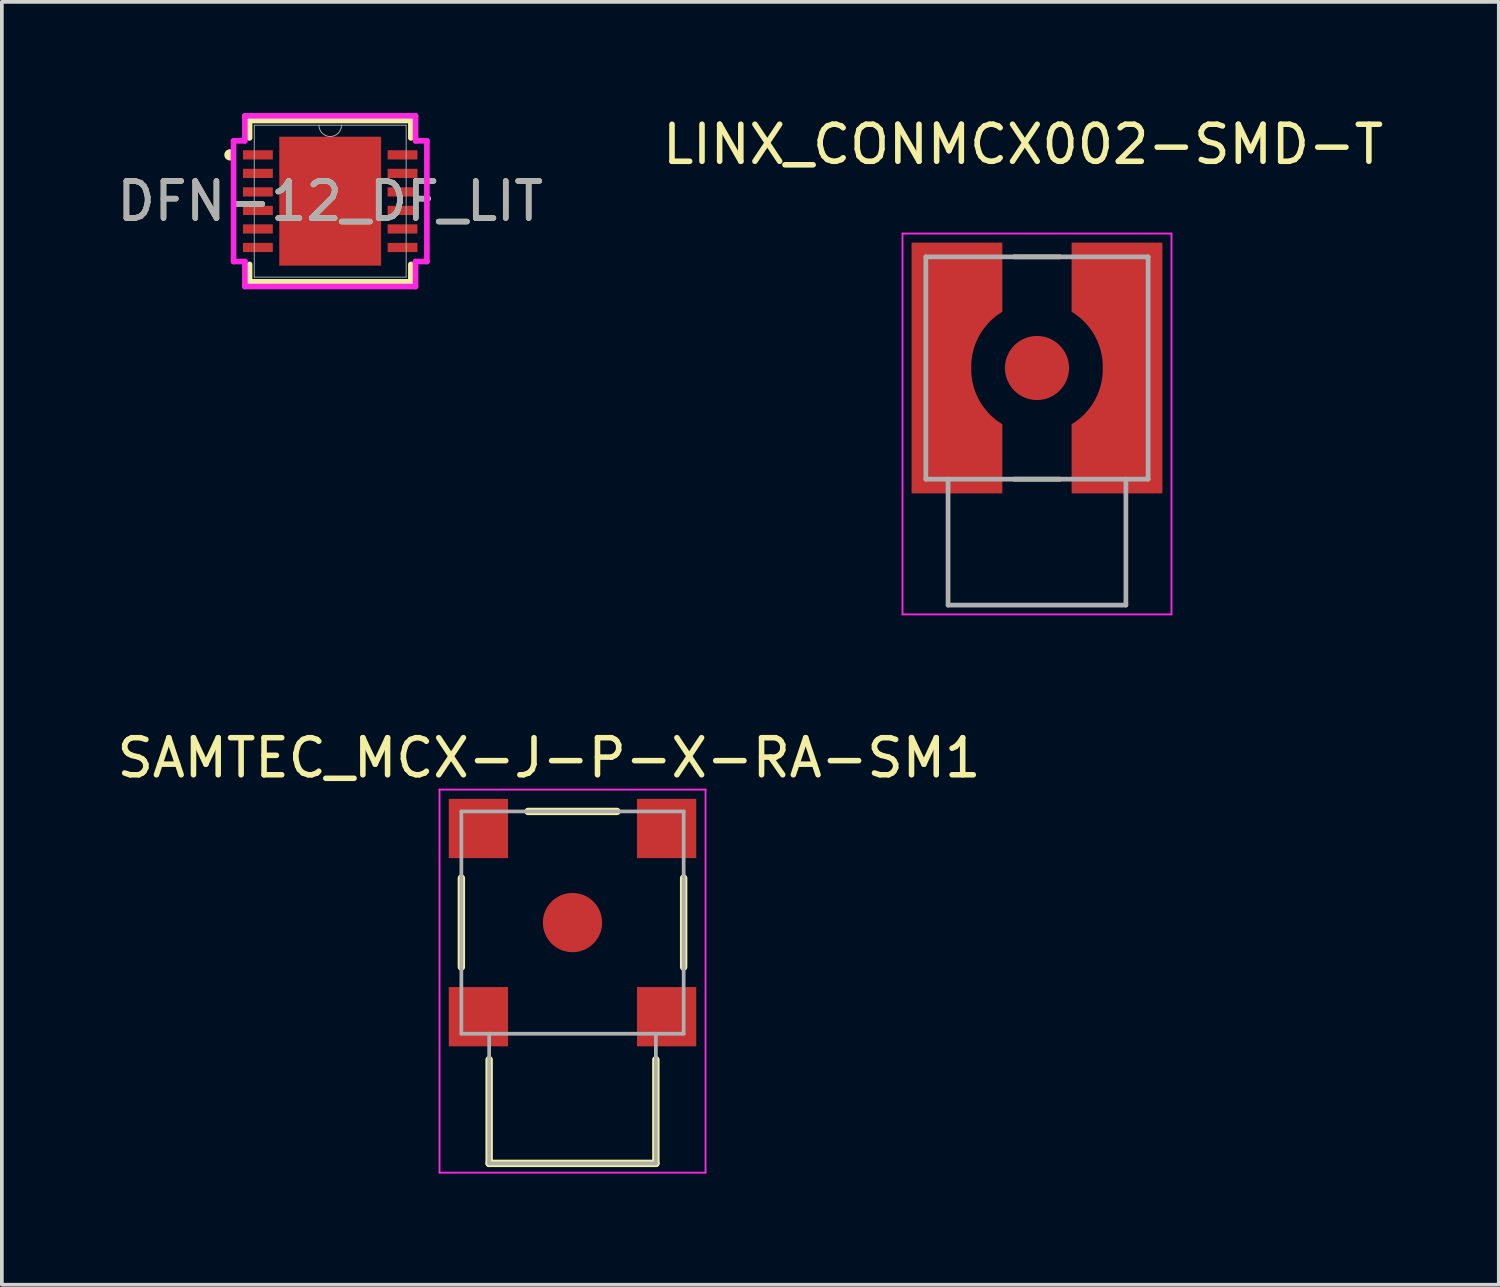
<source format=kicad_pcb>
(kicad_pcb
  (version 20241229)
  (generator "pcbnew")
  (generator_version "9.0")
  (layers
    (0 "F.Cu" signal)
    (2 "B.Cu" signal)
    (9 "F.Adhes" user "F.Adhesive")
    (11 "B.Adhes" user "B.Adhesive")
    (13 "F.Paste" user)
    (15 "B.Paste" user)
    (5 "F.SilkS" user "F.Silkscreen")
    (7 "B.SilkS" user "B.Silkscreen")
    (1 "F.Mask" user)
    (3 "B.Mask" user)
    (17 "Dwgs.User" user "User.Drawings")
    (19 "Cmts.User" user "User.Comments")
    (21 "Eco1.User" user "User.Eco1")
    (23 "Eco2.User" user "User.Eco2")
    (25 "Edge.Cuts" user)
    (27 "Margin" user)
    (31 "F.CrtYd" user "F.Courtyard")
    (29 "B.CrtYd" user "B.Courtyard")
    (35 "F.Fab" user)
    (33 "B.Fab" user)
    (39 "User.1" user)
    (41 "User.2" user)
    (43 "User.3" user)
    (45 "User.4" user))
  (footprint "DFN-12_DF_LIT"
    (layer "F.Cu")
    (at 5.863 2.38)
    (property "Reference" "DFN-12_DF_LIT" (at 0 0 0) (unlocked yes) (layer "F.SilkS") (effects (font (size 1 1) (thickness 0.15))))
    (attr smd)
    (fp_line (start -2.177 -2.177) (end -2.177 -1.707) (stroke (width 0.152) (type solid)) (layer "F.SilkS"))
    (fp_line (start -2.177 1.707) (end -2.177 2.177) (stroke (width 0.152) (type solid)) (layer "F.SilkS"))
    (fp_line (start -2.177 2.177) (end 2.177 2.177) (stroke (width 0.152) (type solid)) (layer "F.SilkS"))
    (fp_line (start 2.177 -2.177) (end -2.177 -2.177) (stroke (width 0.152) (type solid)) (layer "F.SilkS"))
    (fp_line (start 2.177 -1.707) (end 2.177 -2.177) (stroke (width 0.152) (type solid)) (layer "F.SilkS"))
    (fp_line (start 2.177 2.177) (end 2.177 1.707) (stroke (width 0.152) (type solid)) (layer "F.SilkS"))
    (fp_arc (start -2.687539 -1.176171) (mid -2.7826 -1.25) (end -2.687539 -1.323829) (stroke (width 0.1524) (type solid)) (layer "F.SilkS"))
    (fp_poly (pts (xy -1.275 -1.64) (xy -1.275 -0.1) (xy -0.1 -0.1) (xy -0.1 -1.64)) (stroke (width 0) (type solid)) (fill yes) (layer "F.Paste"))
    (fp_poly (pts (xy -1.275 0.1) (xy -1.275 1.64) (xy -0.1 1.64) (xy -0.1 0.1)) (stroke (width 0) (type solid)) (fill yes) (layer "F.Paste"))
    (fp_poly (pts (xy 0.1 -1.64) (xy 0.1 -0.1) (xy 1.275 -0.1) (xy 1.275 -1.64)) (stroke (width 0) (type solid)) (fill yes) (layer "F.Paste"))
    (fp_poly (pts (xy 0.1 0.1) (xy 0.1 1.64) (xy 1.275 1.64) (xy 1.275 0.1)) (stroke (width 0) (type solid)) (fill yes) (layer "F.Paste"))
    (fp_line (start -2.609 -1.629) (end -2.304 -1.629) (stroke (width 0.152) (type solid)) (layer "F.CrtYd"))
    (fp_line (start -2.609 1.629) (end -2.609 -1.629) (stroke (width 0.152) (type solid)) (layer "F.CrtYd"))
    (fp_line (start -2.609 1.629) (end -2.304 1.629) (stroke (width 0.152) (type solid)) (layer "F.CrtYd"))
    (fp_line (start -2.304 -2.304) (end 2.304 -2.304) (stroke (width 0.152) (type solid)) (layer "F.CrtYd"))
    (fp_line (start -2.304 -1.629) (end -2.304 -2.304) (stroke (width 0.152) (type solid)) (layer "F.CrtYd"))
    (fp_line (start -2.304 2.304) (end -2.304 1.629) (stroke (width 0.152) (type solid)) (layer "F.CrtYd"))
    (fp_line (start 2.304 -2.304) (end 2.304 -1.629) (stroke (width 0.152) (type solid)) (layer "F.CrtYd"))
    (fp_line (start 2.304 1.629) (end 2.304 2.304) (stroke (width 0.152) (type solid)) (layer "F.CrtYd"))
    (fp_line (start 2.304 2.304) (end -2.304 2.304) (stroke (width 0.152) (type solid)) (layer "F.CrtYd"))
    (fp_line (start 2.609 -1.629) (end 2.304 -1.629) (stroke (width 0.152) (type solid)) (layer "F.CrtYd"))
    (fp_line (start 2.609 -1.629) (end 2.609 1.629) (stroke (width 0.152) (type solid)) (layer "F.CrtYd"))
    (fp_line (start 2.609 1.629) (end 2.304 1.629) (stroke (width 0.152) (type solid)) (layer "F.CrtYd"))
    (fp_line (start -2.05 -2.05) (end -2.05 2.05) (stroke (width 0.025) (type solid)) (layer "F.Fab"))
    (fp_line (start -2.05 2.05) (end 2.05 2.05) (stroke (width 0.025) (type solid)) (layer "F.Fab"))
    (fp_line (start 2.05 -2.05) (end -2.05 -2.05) (stroke (width 0.025) (type solid)) (layer "F.Fab"))
    (fp_line (start 2.05 2.05) (end 2.05 -2.05) (stroke (width 0.025) (type solid)) (layer "F.Fab"))
    (fp_arc (start 0.3048 -2.05) (mid 0 -1.7452) (end -0.3048 -2.05) (stroke (width 0.0254) (type solid)) (layer "F.Fab"))
    (fp_text user "${REFERENCE}" (at 0 0 0) (unlocked yes) (layer "F.Fab") (effects (font (size 1 1) (thickness 0.15))))
    (pad "1" smd rect (at -1.952 -1.25) (size 0.805 0.249) (layers "F.Cu" "F.Mask" "F.Paste"))
    (pad "2" smd rect (at -1.952 -0.75) (size 0.805 0.249) (layers "F.Cu" "F.Mask" "F.Paste"))
    (pad "3" smd rect (at -1.952 -0.25) (size 0.805 0.249) (layers "F.Cu" "F.Mask" "F.Paste"))
    (pad "4" smd rect (at -1.952 0.25) (size 0.805 0.249) (layers "F.Cu" "F.Mask" "F.Paste"))
    (pad "5" smd rect (at -1.952 0.75) (size 0.805 0.249) (layers "F.Cu" "F.Mask" "F.Paste"))
    (pad "6" smd rect (at -1.952 1.25) (size 0.805 0.249) (layers "F.Cu" "F.Mask" "F.Paste"))
    (pad "7" smd rect (at 1.952 1.25) (size 0.805 0.249) (layers "F.Cu" "F.Mask" "F.Paste"))
    (pad "8" smd rect (at 1.952 0.75) (size 0.805 0.249) (layers "F.Cu" "F.Mask" "F.Paste"))
    (pad "9" smd rect (at 1.952 0.25) (size 0.805 0.249) (layers "F.Cu" "F.Mask" "F.Paste"))
    (pad "10" smd rect (at 1.952 -0.25) (size 0.805 0.249) (layers "F.Cu" "F.Mask" "F.Paste"))
    (pad "11" smd rect (at 1.952 -0.75) (size 0.805 0.249) (layers "F.Cu" "F.Mask" "F.Paste"))
    (pad "12" smd rect (at 1.952 -1.25) (size 0.805 0.249) (layers "F.Cu" "F.Mask" "F.Paste"))
    (pad "13" smd rect (at 0 0) (size 2.75 3.48) (layers "F.Cu" "F.Mask" "F.Paste")))
  (footprint "LINX_CONMCX002-SMD-T"
    (layer "F.Cu")
    (at 24.94 6.883)
    (property "Reference" "LINX_CONMCX002-SMD-T" (at -0.375 -6.035 0) (layer "F.SilkS") (effects (font (size 1 1) (thickness 0.15))))
    (attr smd)
    (fp_poly (pts (xy -3.48 -3.48) (xy -3.48 3.48) (xy -0.84 3.48) (xy -0.84 1.47) (xy -0.884 1.443) (xy -0.934 1.411) (xy -0.982 1.377) (xy -1.029 1.342) (xy -1.075 1.305) (xy -1.12 1.266) (xy -1.163 1.225) (xy -1.205 1.184) (xy -1.245 1.14) (xy -1.284 1.096) (xy -1.321 1.05) (xy -1.357 1.003) (xy -1.391 0.954) (xy -1.423 0.905) (xy -1.453 0.854) (xy -1.482 0.802) (xy -1.509 0.75) (xy -1.534 0.696) (xy -1.557 0.642) (xy -1.578 0.587) (xy -1.597 0.531) (xy -1.614 0.474) (xy -1.63 0.417) (xy -1.643 0.36) (xy -1.654 0.302) (xy -1.664 0.243) (xy -1.671 0.185) (xy -1.676 0.126) (xy -1.679 0.067) (xy -1.68 0) (xy -1.679 -0.067) (xy -1.676 -0.126) (xy -1.671 -0.185) (xy -1.664 -0.243) (xy -1.654 -0.302) (xy -1.643 -0.36) (xy -1.63 -0.417) (xy -1.614 -0.474) (xy -1.597 -0.531) (xy -1.578 -0.587) (xy -1.557 -0.642) (xy -1.534 -0.696) (xy -1.509 -0.75) (xy -1.482 -0.802) (xy -1.453 -0.854) (xy -1.423 -0.905) (xy -1.391 -0.954) (xy -1.357 -1.003) (xy -1.321 -1.05) (xy -1.284 -1.096) (xy -1.245 -1.14) (xy -1.205 -1.184) (xy -1.163 -1.225) (xy -1.12 -1.266) (xy -1.075 -1.305) (xy -1.029 -1.342) (xy -0.982 -1.377) (xy -0.934 -1.411) (xy -0.884 -1.443) (xy -0.84 -1.47) (xy -0.84 -3.48) (xy -3.48 -3.48)) (stroke (width 0.01) (type solid)) (fill yes) (layer "F.Mask"))
    (fp_poly (pts (xy 3.48 -3.48) (xy 3.48 3.48) (xy 0.84 3.48) (xy 0.84 1.47) (xy 0.884 1.443) (xy 0.934 1.411) (xy 0.982 1.377) (xy 1.029 1.342) (xy 1.075 1.305) (xy 1.12 1.266) (xy 1.163 1.225) (xy 1.205 1.184) (xy 1.245 1.14) (xy 1.284 1.096) (xy 1.321 1.05) (xy 1.357 1.003) (xy 1.391 0.954) (xy 1.423 0.905) (xy 1.453 0.854) (xy 1.482 0.802) (xy 1.509 0.75) (xy 1.534 0.696) (xy 1.557 0.642) (xy 1.578 0.587) (xy 1.597 0.531) (xy 1.614 0.474) (xy 1.63 0.417) (xy 1.643 0.36) (xy 1.654 0.302) (xy 1.664 0.243) (xy 1.671 0.185) (xy 1.676 0.126) (xy 1.679 0.067) (xy 1.68 0) (xy 1.679 -0.067) (xy 1.676 -0.126) (xy 1.671 -0.185) (xy 1.664 -0.243) (xy 1.654 -0.302) (xy 1.643 -0.36) (xy 1.63 -0.417) (xy 1.614 -0.474) (xy 1.597 -0.531) (xy 1.578 -0.587) (xy 1.557 -0.642) (xy 1.534 -0.696) (xy 1.509 -0.75) (xy 1.482 -0.802) (xy 1.453 -0.854) (xy 1.423 -0.905) (xy 1.391 -0.954) (xy 1.357 -1.003) (xy 1.321 -1.05) (xy 1.284 -1.096) (xy 1.245 -1.14) (xy 1.205 -1.184) (xy 1.163 -1.225) (xy 1.12 -1.266) (xy 1.075 -1.305) (xy 1.029 -1.342) (xy 0.982 -1.377) (xy 0.934 -1.411) (xy 0.884 -1.443) (xy 0.84 -1.47) (xy 0.84 -3.48) (xy 3.48 -3.48)) (stroke (width 0.01) (type solid)) (fill yes) (layer "F.Mask"))
    (fp_line (start -0.62 -3) (end 0.62 -3) (stroke (width 0.127) (type solid)) (layer "F.SilkS"))
    (fp_line (start -0.62 3) (end 0.62 3) (stroke (width 0.127) (type solid)) (layer "F.SilkS"))
    (fp_poly (pts (xy -3.38 -3.38) (xy -3.38 3.38) (xy -0.94 3.38) (xy -0.94 1.52) (xy -0.989 1.489) (xy -1.04 1.455) (xy -1.089 1.419) (xy -1.137 1.382) (xy -1.183 1.343) (xy -1.228 1.303) (xy -1.272 1.261) (xy -1.314 1.217) (xy -1.354 1.172) (xy -1.393 1.125) (xy -1.431 1.078) (xy -1.466 1.029) (xy -1.5 0.978) (xy -1.532 0.927) (xy -1.563 0.874) (xy -1.591 0.821) (xy -1.618 0.766) (xy -1.642 0.711) (xy -1.665 0.655) (xy -1.686 0.598) (xy -1.704 0.54) (xy -1.721 0.482) (xy -1.736 0.423) (xy -1.748 0.364) (xy -1.759 0.304) (xy -1.767 0.244) (xy -1.774 0.184) (xy -1.778 0.123) (xy -1.78 0.063) (xy -1.78 0) (xy -1.78 -0.063) (xy -1.778 -0.123) (xy -1.774 -0.184) (xy -1.767 -0.244) (xy -1.759 -0.304) (xy -1.748 -0.364) (xy -1.736 -0.423) (xy -1.721 -0.482) (xy -1.704 -0.54) (xy -1.686 -0.598) (xy -1.665 -0.655) (xy -1.642 -0.711) (xy -1.618 -0.766) (xy -1.591 -0.821) (xy -1.563 -0.874) (xy -1.532 -0.927) (xy -1.5 -0.978) (xy -1.466 -1.029) (xy -1.431 -1.078) (xy -1.393 -1.125) (xy -1.354 -1.172) (xy -1.314 -1.217) (xy -1.272 -1.261) (xy -1.228 -1.303) (xy -1.183 -1.343) (xy -1.137 -1.382) (xy -1.089 -1.419) (xy -1.04 -1.455) (xy -0.989 -1.489) (xy -0.94 -1.52) (xy -0.94 -3.38) (xy -3.38 -3.38)) (stroke (width 0.01) (type solid)) (fill yes) (layer "F.Paste"))
    (fp_poly (pts (xy 3.38 -3.38) (xy 3.38 3.38) (xy 0.94 3.38) (xy 0.94 1.52) (xy 0.989 1.489) (xy 1.04 1.455) (xy 1.089 1.419) (xy 1.137 1.382) (xy 1.183 1.343) (xy 1.228 1.303) (xy 1.272 1.261) (xy 1.314 1.217) (xy 1.354 1.172) (xy 1.393 1.125) (xy 1.431 1.078) (xy 1.466 1.029) (xy 1.5 0.978) (xy 1.532 0.927) (xy 1.563 0.874) (xy 1.591 0.821) (xy 1.618 0.766) (xy 1.642 0.711) (xy 1.665 0.655) (xy 1.686 0.598) (xy 1.704 0.54) (xy 1.721 0.482) (xy 1.736 0.423) (xy 1.748 0.364) (xy 1.759 0.304) (xy 1.767 0.244) (xy 1.774 0.184) (xy 1.778 0.123) (xy 1.78 0.063) (xy 1.78 0) (xy 1.78 -0.063) (xy 1.778 -0.123) (xy 1.774 -0.184) (xy 1.767 -0.244) (xy 1.759 -0.304) (xy 1.748 -0.364) (xy 1.736 -0.423) (xy 1.721 -0.482) (xy 1.704 -0.54) (xy 1.686 -0.598) (xy 1.665 -0.655) (xy 1.642 -0.711) (xy 1.618 -0.766) (xy 1.591 -0.821) (xy 1.563 -0.874) (xy 1.532 -0.927) (xy 1.5 -0.978) (xy 1.466 -1.029) (xy 1.431 -1.078) (xy 1.393 -1.125) (xy 1.354 -1.172) (xy 1.314 -1.217) (xy 1.272 -1.261) (xy 1.228 -1.303) (xy 1.183 -1.343) (xy 1.137 -1.382) (xy 1.089 -1.419) (xy 1.04 -1.455) (xy 0.989 -1.489) (xy 0.94 -1.52) (xy 0.94 -3.38) (xy 3.38 -3.38)) (stroke (width 0.01) (type solid)) (fill yes) (layer "F.Paste"))
    (fp_line (start -3.63 -3.63) (end 3.63 -3.63) (stroke (width 0.05) (type solid)) (layer "F.CrtYd"))
    (fp_line (start -3.63 6.65) (end -3.63 -3.63) (stroke (width 0.05) (type solid)) (layer "F.CrtYd"))
    (fp_line (start 3.63 -3.63) (end 3.63 6.65) (stroke (width 0.05) (type solid)) (layer "F.CrtYd"))
    (fp_line (start 3.63 6.65) (end -3.63 6.65) (stroke (width 0.05) (type solid)) (layer "F.CrtYd"))
    (fp_line (start -3 -3) (end 3 -3) (stroke (width 0.127) (type solid)) (layer "F.Fab"))
    (fp_line (start -3 3) (end -3 -3) (stroke (width 0.127) (type solid)) (layer "F.Fab"))
    (fp_line (start -2.4 3) (end -3 3) (stroke (width 0.127) (type solid)) (layer "F.Fab"))
    (fp_line (start -2.4 6.4) (end -2.4 3) (stroke (width 0.127) (type solid)) (layer "F.Fab"))
    (fp_line (start 2.4 3) (end -2.4 3) (stroke (width 0.127) (type solid)) (layer "F.Fab"))
    (fp_line (start 2.4 6.4) (end -2.4 6.4) (stroke (width 0.127) (type solid)) (layer "F.Fab"))
    (fp_line (start 2.4 6.4) (end 2.4 3) (stroke (width 0.127) (type solid)) (layer "F.Fab"))
    (fp_line (start 3 -3) (end 3 3) (stroke (width 0.127) (type solid)) (layer "F.Fab"))
    (fp_line (start 3 3) (end 2.4 3) (stroke (width 0.127) (type solid)) (layer "F.Fab"))
    (pad "1" smd circle (at 0 0) (size 1.73 1.73) (layers "F.Cu" "F.Mask" "F.Paste"))
    (pad "2" smd custom (at -2.6 0) (size 1 1) (layers "F.Cu") (options (anchor rect)) (primitives (gr_poly (pts (xy -0.78 -3.38) (xy -0.78 3.38) (xy 1.66 3.38) (xy 1.66 1.52) (xy 1.611 1.489) (xy 1.56 1.455) (xy 1.511 1.419) (xy 1.463 1.382) (xy 1.417 1.343) (xy 1.372 1.303) (xy 1.328 1.261) (xy 1.286 1.217) (xy 1.246 1.172) (xy 1.207 1.125) (xy 1.169 1.078) (xy 1.134 1.029) (xy 1.1 0.978) (xy 1.068 0.927) (xy 1.037 0.874) (xy 1.009 0.821) (xy 0.982 0.766) (xy 0.958 0.711) (xy 0.935 0.655) (xy 0.914 0.598) (xy 0.896 0.54) (xy 0.879 0.482) (xy 0.864 0.423) (xy 0.852 0.364) (xy 0.841 0.304) (xy 0.833 0.244) (xy 0.826 0.184) (xy 0.822 0.123) (xy 0.82 0.063) (xy 0.82 0) (xy 0.82 -0.063) (xy 0.822 -0.123) (xy 0.826 -0.184) (xy 0.833 -0.244) (xy 0.841 -0.304) (xy 0.852 -0.364) (xy 0.864 -0.423) (xy 0.879 -0.482) (xy 0.896 -0.54) (xy 0.914 -0.598) (xy 0.935 -0.655) (xy 0.958 -0.711) (xy 0.982 -0.766) (xy 1.009 -0.821) (xy 1.037 -0.874) (xy 1.068 -0.927) (xy 1.1 -0.978) (xy 1.134 -1.029) (xy 1.169 -1.078) (xy 1.207 -1.125) (xy 1.246 -1.172) (xy 1.286 -1.217) (xy 1.328 -1.261) (xy 1.372 -1.303) (xy 1.417 -1.343) (xy 1.463 -1.382) (xy 1.511 -1.419) (xy 1.56 -1.455) (xy 1.611 -1.489) (xy 1.66 -1.52) (xy 1.66 -3.38) (xy -0.78 -3.38)) (width 0.01) (fill yes))))
    (pad "2" smd custom (at 2.6 0) (size 1 1) (layers "F.Cu") (options (anchor rect)) (primitives (gr_poly (pts (xy 0.78 -3.38) (xy 0.78 3.38) (xy -1.66 3.38) (xy -1.66 1.52) (xy -1.611 1.489) (xy -1.56 1.455) (xy -1.511 1.419) (xy -1.463 1.382) (xy -1.417 1.343) (xy -1.372 1.303) (xy -1.328 1.261) (xy -1.286 1.217) (xy -1.246 1.172) (xy -1.207 1.125) (xy -1.169 1.078) (xy -1.134 1.029) (xy -1.1 0.978) (xy -1.068 0.927) (xy -1.037 0.874) (xy -1.009 0.821) (xy -0.982 0.766) (xy -0.958 0.711) (xy -0.935 0.655) (xy -0.914 0.598) (xy -0.896 0.54) (xy -0.879 0.482) (xy -0.864 0.423) (xy -0.852 0.364) (xy -0.841 0.304) (xy -0.833 0.244) (xy -0.826 0.184) (xy -0.822 0.123) (xy -0.82 0.063) (xy -0.82 0) (xy -0.82 -0.063) (xy -0.822 -0.123) (xy -0.826 -0.184) (xy -0.833 -0.244) (xy -0.841 -0.304) (xy -0.852 -0.364) (xy -0.864 -0.423) (xy -0.879 -0.482) (xy -0.896 -0.54) (xy -0.914 -0.598) (xy -0.935 -0.655) (xy -0.958 -0.711) (xy -0.982 -0.766) (xy -1.009 -0.821) (xy -1.037 -0.874) (xy -1.068 -0.927) (xy -1.1 -0.978) (xy -1.134 -1.029) (xy -1.169 -1.078) (xy -1.207 -1.125) (xy -1.246 -1.172) (xy -1.286 -1.217) (xy -1.328 -1.261) (xy -1.372 -1.303) (xy -1.417 -1.343) (xy -1.463 -1.382) (xy -1.511 -1.419) (xy -1.56 -1.455) (xy -1.611 -1.489) (xy -1.66 -1.52) (xy -1.66 -3.38) (xy 0.78 -3.38)) (width 0.01) (fill yes)))))
  (footprint "SAMTEC_MCX-J-P-X-RA-SM1"
    (layer "F.Cu")
    (at 12.403 21.852)
    (property "Reference" "SAMTEC_MCX-J-P-X-RA-SM1" (at -0.635 -4.445 0) (layer "F.SilkS") (effects (font (size 1 1) (thickness 0.15))))
    (attr smd)
    (fp_line (start -3 1.2) (end -3 -1.2) (stroke (width 0.2) (type solid)) (layer "F.SilkS"))
    (fp_line (start -2.25 3.7) (end -2.25 6.5) (stroke (width 0.2) (type solid)) (layer "F.SilkS"))
    (fp_line (start -2.25 6.5) (end 2.25 6.5) (stroke (width 0.2) (type solid)) (layer "F.SilkS"))
    (fp_line (start -1.2 -3) (end 1.2 -3) (stroke (width 0.2) (type solid)) (layer "F.SilkS"))
    (fp_line (start 2.25 6.5) (end 2.25 3.7) (stroke (width 0.2) (type solid)) (layer "F.SilkS"))
    (fp_line (start 3 1.2) (end 3 -1.2) (stroke (width 0.2) (type solid)) (layer "F.SilkS"))
    (fp_line (start -3.59 -3.59) (end 3.59 -3.59) (stroke (width 0.05) (type solid)) (layer "F.CrtYd"))
    (fp_line (start -3.59 6.75) (end -3.59 -3.59) (stroke (width 0.05) (type solid)) (layer "F.CrtYd"))
    (fp_line (start 3.59 -3.59) (end 3.59 6.75) (stroke (width 0.05) (type solid)) (layer "F.CrtYd"))
    (fp_line (start 3.59 6.75) (end -3.59 6.75) (stroke (width 0.05) (type solid)) (layer "F.CrtYd"))
    (fp_line (start -3 -3) (end 3 -3) (stroke (width 0.1) (type solid)) (layer "F.Fab"))
    (fp_line (start -3 3) (end -3 -3) (stroke (width 0.1) (type solid)) (layer "F.Fab"))
    (fp_line (start -2.25 3) (end -3 3) (stroke (width 0.1) (type solid)) (layer "F.Fab"))
    (fp_line (start -2.25 3) (end -2.25 6.5) (stroke (width 0.1) (type solid)) (layer "F.Fab"))
    (fp_line (start -2.25 6.5) (end 2.25 6.5) (stroke (width 0.1) (type solid)) (layer "F.Fab"))
    (fp_line (start 2.25 3) (end -2.25 3) (stroke (width 0.1) (type solid)) (layer "F.Fab"))
    (fp_line (start 2.25 6.5) (end 2.25 3) (stroke (width 0.1) (type solid)) (layer "F.Fab"))
    (fp_line (start 3 -3) (end 3 3) (stroke (width 0.1) (type solid)) (layer "F.Fab"))
    (fp_line (start 3 3) (end 2.25 3) (stroke (width 0.1) (type solid)) (layer "F.Fab"))
    (pad "1" smd circle (at 0 0) (size 1.6 1.6) (layers "F.Cu" "F.Mask" "F.Paste"))
    (pad "2" smd rect (at -2.54 -2.54) (size 1.6 1.6) (layers "F.Cu" "F.Mask" "F.Paste"))
    (pad "2" smd rect (at -2.54 2.54) (size 1.6 1.6) (layers "F.Cu" "F.Mask" "F.Paste"))
    (pad "2" smd rect (at 2.54 -2.54) (size 1.6 1.6) (layers "F.Cu" "F.Mask" "F.Paste"))
    (pad "2" smd rect (at 2.54 2.54) (size 1.6 1.6) (layers "F.Cu" "F.Mask" "F.Paste")))
  (gr_rect
    (start -3 -3)
    (end 37.405 31.627)
    (stroke (width 0.1) (type default))
    (fill no)
    (layer "Edge.Cuts")))
</source>
